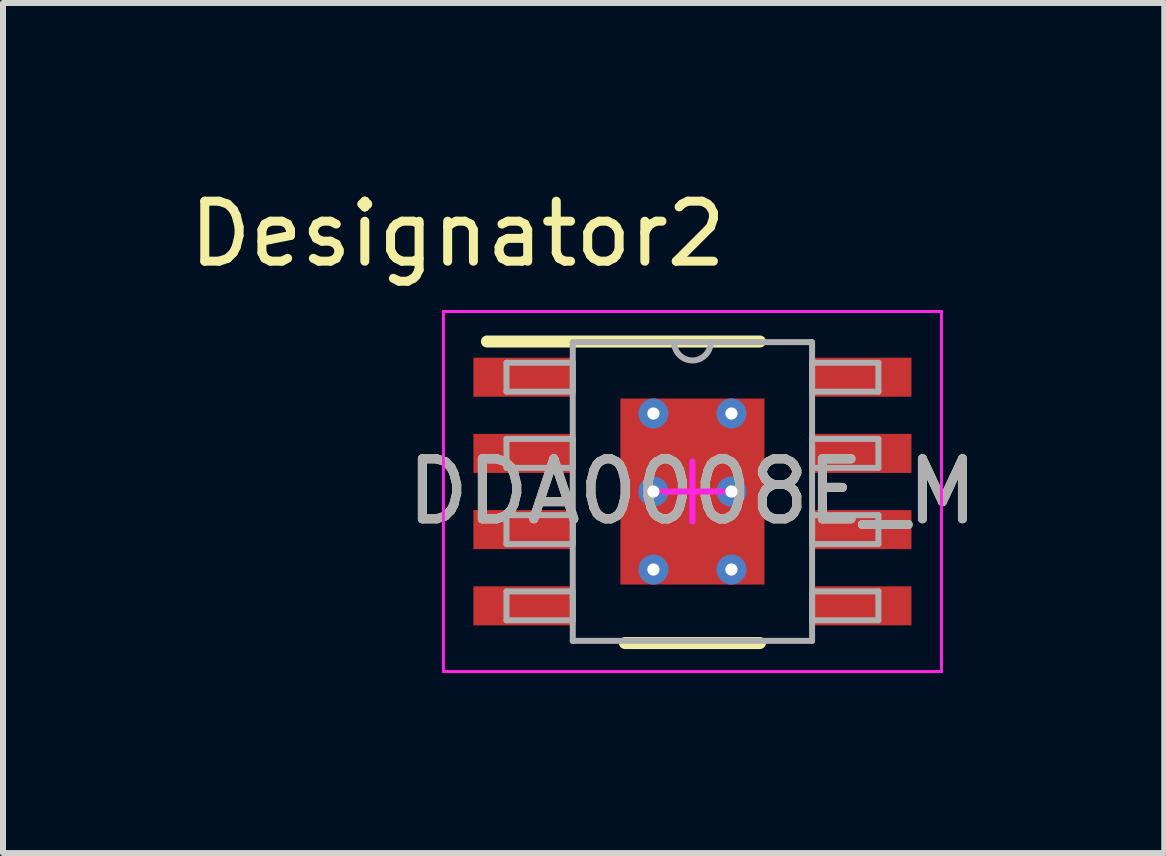
<source format=kicad_pcb>
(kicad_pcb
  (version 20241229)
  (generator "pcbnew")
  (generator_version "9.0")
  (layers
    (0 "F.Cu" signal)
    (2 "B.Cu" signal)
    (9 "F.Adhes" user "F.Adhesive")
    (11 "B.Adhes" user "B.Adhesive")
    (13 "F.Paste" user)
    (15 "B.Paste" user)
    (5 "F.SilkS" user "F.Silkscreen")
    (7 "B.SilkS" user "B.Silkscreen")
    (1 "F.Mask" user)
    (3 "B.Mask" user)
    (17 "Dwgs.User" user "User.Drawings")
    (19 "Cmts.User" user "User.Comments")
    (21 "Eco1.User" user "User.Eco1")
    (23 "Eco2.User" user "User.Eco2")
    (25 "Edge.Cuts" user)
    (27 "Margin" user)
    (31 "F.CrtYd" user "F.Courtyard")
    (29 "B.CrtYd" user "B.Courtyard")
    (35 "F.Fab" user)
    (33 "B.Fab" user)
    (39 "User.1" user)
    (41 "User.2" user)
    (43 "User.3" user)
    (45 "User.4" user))
  (footprint "DDA0008E_M"
    (layer "F.Cu")
    (at 8.489 5.141)
    (property "Reference" "DDA0008E_M" (at 0 0 0) (unlocked yes) (layer "F.SilkS") (effects (font (size 1 1) (thickness 0.15))))
    (attr smd)
    (fp_line (start -3.425 -2.5) (end 1.125 -2.5) (stroke (width 0.2) (type solid)) (layer "F.SilkS"))
    (fp_line (start -1.125 2.525) (end 1.125 2.525) (stroke (width 0.2) (type solid)) (layer "F.SilkS"))
    (fp_line (start -4.15 -3) (end 4.15 -3) (stroke (width 0.05) (type solid)) (layer "F.CrtYd"))
    (fp_line (start -4.15 3) (end -4.15 -3) (stroke (width 0.05) (type solid)) (layer "F.CrtYd"))
    (fp_line (start -4.15 3) (end 4.15 3) (stroke (width 0.05) (type solid)) (layer "F.CrtYd"))
    (fp_line (start -0.5 0) (end 0.5 0) (stroke (width 0.1) (type solid)) (layer "F.CrtYd"))
    (fp_line (start 0 0.5) (end 0 -0.5) (stroke (width 0.1) (type solid)) (layer "F.CrtYd"))
    (fp_line (start 4.15 3) (end 4.15 -3) (stroke (width 0.05) (type solid)) (layer "F.CrtYd"))
    (fp_line (start -3.099 -2.146) (end -1.994 -2.146) (stroke (width 0.1) (type solid)) (layer "F.Fab"))
    (fp_line (start -3.099 -1.664) (end -3.099 -2.146) (stroke (width 0.1) (type solid)) (layer "F.Fab"))
    (fp_line (start -3.099 -1.664) (end -1.994 -1.664) (stroke (width 0.1) (type solid)) (layer "F.Fab"))
    (fp_line (start -3.099 -0.876) (end -1.994 -0.876) (stroke (width 0.1) (type solid)) (layer "F.Fab"))
    (fp_line (start -3.099 -0.394) (end -3.099 -0.876) (stroke (width 0.1) (type solid)) (layer "F.Fab"))
    (fp_line (start -3.099 -0.394) (end -1.994 -0.394) (stroke (width 0.1) (type solid)) (layer "F.Fab"))
    (fp_line (start -3.099 0.394) (end -1.994 0.394) (stroke (width 0.1) (type solid)) (layer "F.Fab"))
    (fp_line (start -3.099 0.876) (end -3.099 0.394) (stroke (width 0.1) (type solid)) (layer "F.Fab"))
    (fp_line (start -3.099 0.876) (end -1.994 0.876) (stroke (width 0.1) (type solid)) (layer "F.Fab"))
    (fp_line (start -3.099 1.664) (end -1.994 1.664) (stroke (width 0.1) (type solid)) (layer "F.Fab"))
    (fp_line (start -3.099 2.146) (end -3.099 1.664) (stroke (width 0.1) (type solid)) (layer "F.Fab"))
    (fp_line (start -3.099 2.146) (end -1.994 2.146) (stroke (width 0.1) (type solid)) (layer "F.Fab"))
    (fp_line (start -1.994 -2.489) (end 1.994 -2.489) (stroke (width 0.1) (type solid)) (layer "F.Fab"))
    (fp_line (start -1.994 -1.664) (end -1.994 -2.146) (stroke (width 0.1) (type solid)) (layer "F.Fab"))
    (fp_line (start -1.994 -0.394) (end -1.994 -0.876) (stroke (width 0.1) (type solid)) (layer "F.Fab"))
    (fp_line (start -1.994 0.876) (end -1.994 0.394) (stroke (width 0.1) (type solid)) (layer "F.Fab"))
    (fp_line (start -1.994 2.146) (end -1.994 1.664) (stroke (width 0.1) (type solid)) (layer "F.Fab"))
    (fp_line (start -1.994 2.489) (end -1.994 -2.489) (stroke (width 0.1) (type solid)) (layer "F.Fab"))
    (fp_line (start -1.994 2.489) (end 1.994 2.489) (stroke (width 0.1) (type solid)) (layer "F.Fab"))
    (fp_line (start 1.994 -2.146) (end 3.099 -2.146) (stroke (width 0.1) (type solid)) (layer "F.Fab"))
    (fp_line (start 1.994 -1.664) (end 1.994 -2.146) (stroke (width 0.1) (type solid)) (layer "F.Fab"))
    (fp_line (start 1.994 -1.664) (end 3.099 -1.664) (stroke (width 0.1) (type solid)) (layer "F.Fab"))
    (fp_line (start 1.994 -0.876) (end 3.099 -0.876) (stroke (width 0.1) (type solid)) (layer "F.Fab"))
    (fp_line (start 1.994 -0.394) (end 1.994 -0.876) (stroke (width 0.1) (type solid)) (layer "F.Fab"))
    (fp_line (start 1.994 -0.394) (end 3.099 -0.394) (stroke (width 0.1) (type solid)) (layer "F.Fab"))
    (fp_line (start 1.994 0.394) (end 3.099 0.394) (stroke (width 0.1) (type solid)) (layer "F.Fab"))
    (fp_line (start 1.994 0.876) (end 1.994 0.394) (stroke (width 0.1) (type solid)) (layer "F.Fab"))
    (fp_line (start 1.994 0.876) (end 3.099 0.876) (stroke (width 0.1) (type solid)) (layer "F.Fab"))
    (fp_line (start 1.994 1.664) (end 3.099 1.664) (stroke (width 0.1) (type solid)) (layer "F.Fab"))
    (fp_line (start 1.994 2.146) (end 1.994 1.664) (stroke (width 0.1) (type solid)) (layer "F.Fab"))
    (fp_line (start 1.994 2.146) (end 3.099 2.146) (stroke (width 0.1) (type solid)) (layer "F.Fab"))
    (fp_line (start 1.994 2.489) (end 1.994 -2.489) (stroke (width 0.1) (type solid)) (layer "F.Fab"))
    (fp_line (start 3.099 -1.664) (end 3.099 -2.146) (stroke (width 0.1) (type solid)) (layer "F.Fab"))
    (fp_line (start 3.099 -0.394) (end 3.099 -0.876) (stroke (width 0.1) (type solid)) (layer "F.Fab"))
    (fp_line (start 3.099 0.876) (end 3.099 0.394) (stroke (width 0.1) (type solid)) (layer "F.Fab"))
    (fp_line (start 3.099 2.146) (end 3.099 1.664) (stroke (width 0.1) (type solid)) (layer "F.Fab"))
    (fp_arc (start 0.3048 -2.4892) (mid 0 -2.1844) (end -0.3048 -2.4892) (stroke (width 0.1) (type solid)) (layer "F.Fab"))
    (fp_text user "Designator2" (at -3.912 -4.293 0) (unlocked yes) (layer "F.SilkS") (effects (font (size 1 1) (thickness 0.15))))
    (fp_text user "${REFERENCE}" (at 0 0 0) (unlocked yes) (layer "F.Fab") (effects (font (size 1 1) (thickness 0.15))))
    (pad "1" smd rect (at -2.825 -1.905 90) (size 0.65 1.65) (layers "F.Cu" "F.Mask" "F.Paste"))
    (pad "2" smd rect (at -2.825 -0.635 90) (size 0.65 1.65) (layers "F.Cu" "F.Mask" "F.Paste"))
    (pad "3" smd rect (at -2.825 0.635 90) (size 0.65 1.65) (layers "F.Cu" "F.Mask" "F.Paste"))
    (pad "4" smd rect (at -2.825 1.905 90) (size 0.65 1.65) (layers "F.Cu" "F.Mask" "F.Paste"))
    (pad "5" smd rect (at 2.825 1.905 90) (size 0.65 1.65) (layers "F.Cu" "F.Mask" "F.Paste"))
    (pad "6" smd rect (at 2.825 0.635 90) (size 0.65 1.65) (layers "F.Cu" "F.Mask" "F.Paste"))
    (pad "7" smd rect (at 2.825 -0.635 90) (size 0.65 1.65) (layers "F.Cu" "F.Mask" "F.Paste"))
    (pad "8" smd rect (at 2.825 -1.905 90) (size 0.65 1.65) (layers "F.Cu" "F.Mask" "F.Paste"))
    (pad "9" smd rect (at 0 0) (size 2.4 3.1) (layers "F.Cu" "F.Mask" "F.Paste"))
    (pad "V" thru_hole circle (at -0.65 -1.3) (size 0.5 0.5) (drill 0.203) (layers "*.Cu" "*.Mask"))
    (pad "V" thru_hole circle (at -0.65 0) (size 0.5 0.5) (drill 0.203) (layers "*.Cu" "*.Mask"))
    (pad "V" thru_hole circle (at -0.65 1.3) (size 0.5 0.5) (drill 0.203) (layers "*.Cu" "*.Mask"))
    (pad "V" thru_hole circle (at 0.65 -1.3) (size 0.5 0.5) (drill 0.203) (layers "*.Cu" "*.Mask"))
    (pad "V" thru_hole circle (at 0.65 0) (size 0.5 0.5) (drill 0.203) (layers "*.Cu" "*.Mask"))
    (pad "V" thru_hole circle (at 0.65 1.3) (size 0.5 0.5) (drill 0.203) (layers "*.Cu" "*.Mask")))
  (gr_rect
    (start -3 -3)
    (end 16.352 11.166)
    (stroke (width 0.1) (type default))
    (fill no)
    (layer "Edge.Cuts")))
</source>
